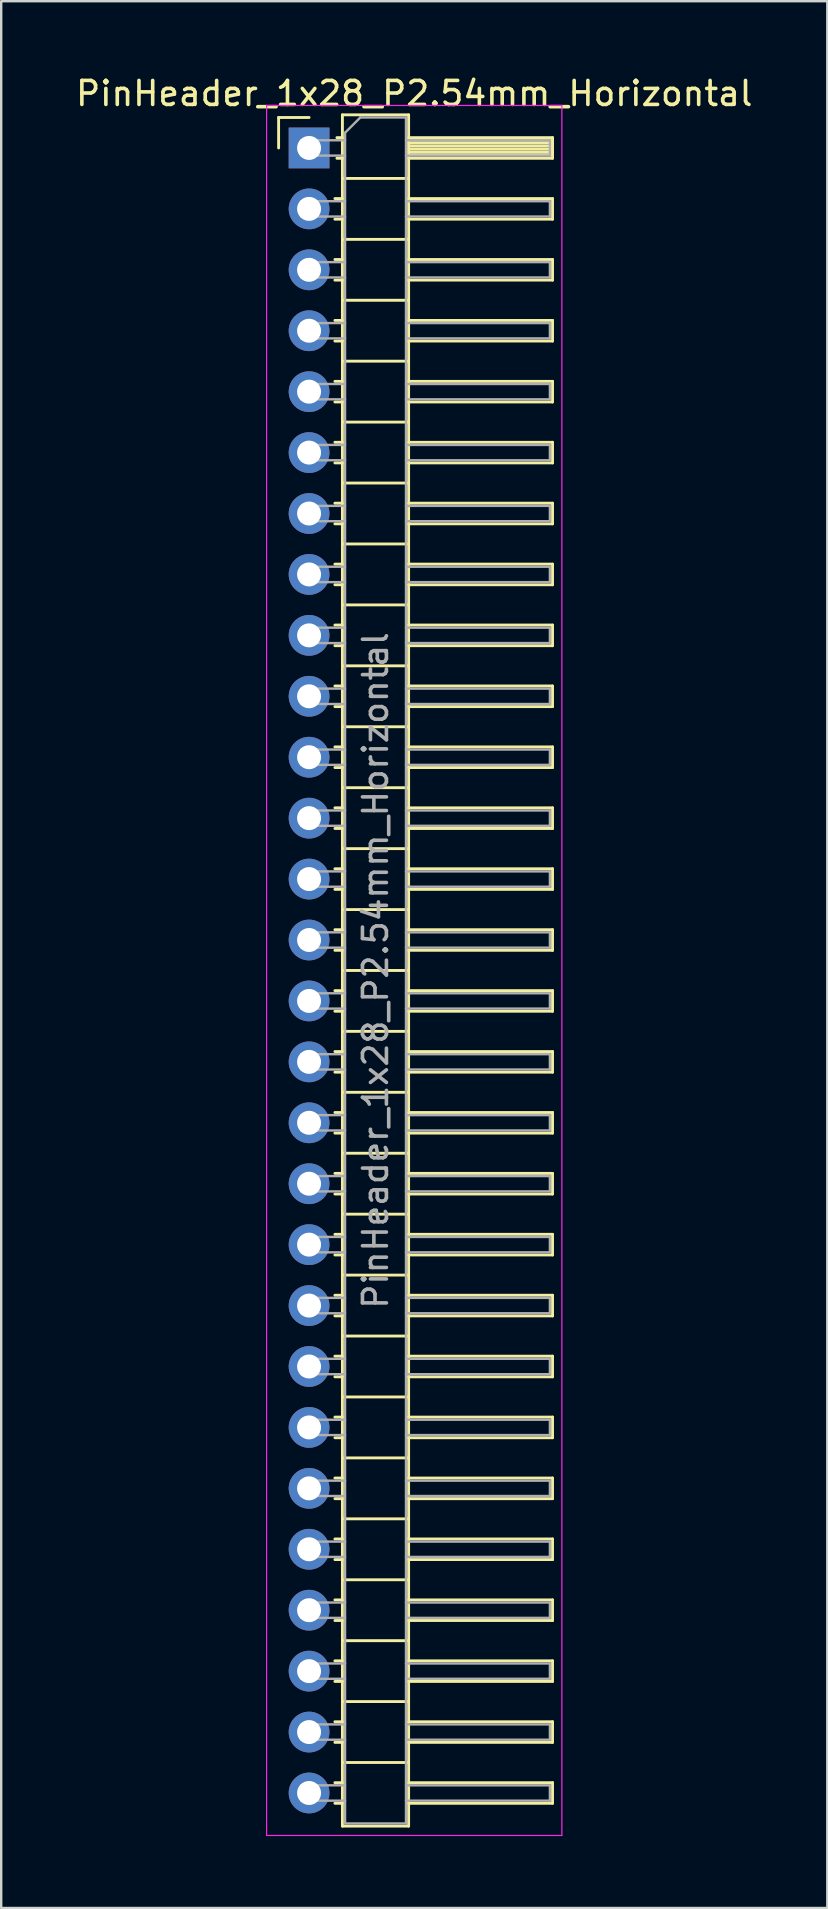
<source format=kicad_pcb>
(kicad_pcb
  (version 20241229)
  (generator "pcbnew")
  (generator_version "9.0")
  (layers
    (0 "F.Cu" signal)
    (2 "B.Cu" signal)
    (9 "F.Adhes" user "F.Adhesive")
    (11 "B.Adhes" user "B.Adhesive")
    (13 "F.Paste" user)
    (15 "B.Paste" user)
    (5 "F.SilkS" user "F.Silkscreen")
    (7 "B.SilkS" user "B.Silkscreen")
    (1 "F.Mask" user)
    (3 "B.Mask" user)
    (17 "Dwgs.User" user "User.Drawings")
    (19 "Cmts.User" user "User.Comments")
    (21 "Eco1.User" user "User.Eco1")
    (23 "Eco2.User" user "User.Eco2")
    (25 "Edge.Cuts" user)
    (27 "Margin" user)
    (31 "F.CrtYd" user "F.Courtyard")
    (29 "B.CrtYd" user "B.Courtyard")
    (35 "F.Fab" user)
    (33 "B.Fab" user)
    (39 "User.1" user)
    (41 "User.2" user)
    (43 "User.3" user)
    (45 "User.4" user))
  (footprint "PinHeader_1x28_P2.54mm_Horizontal"
    (layer "F.Cu")
    (at 9.835 3.118)
    (property "Reference" "PinHeader_1x28_P2.54mm_Horizontal" (at 4.385 -2.27 0) (layer "F.SilkS") (effects (font (size 1 1) (thickness 0.15))))
    (attr through_hole)
    (fp_line (start -1.27 -1.27) (end 0 -1.27) (stroke (width 0.12) (type solid)) (layer "F.SilkS"))
    (fp_line (start -1.27 0) (end -1.27 -1.27) (stroke (width 0.12) (type solid)) (layer "F.SilkS"))
    (fp_line (start 1.077 2.11) (end 1.39 2.11) (stroke (width 0.12) (type solid)) (layer "F.SilkS"))
    (fp_line (start 1.077 2.97) (end 1.39 2.97) (stroke (width 0.12) (type solid)) (layer "F.SilkS"))
    (fp_line (start 1.077 4.65) (end 1.39 4.65) (stroke (width 0.12) (type solid)) (layer "F.SilkS"))
    (fp_line (start 1.077 5.51) (end 1.39 5.51) (stroke (width 0.12) (type solid)) (layer "F.SilkS"))
    (fp_line (start 1.077 7.19) (end 1.39 7.19) (stroke (width 0.12) (type solid)) (layer "F.SilkS"))
    (fp_line (start 1.077 8.05) (end 1.39 8.05) (stroke (width 0.12) (type solid)) (layer "F.SilkS"))
    (fp_line (start 1.077 9.73) (end 1.39 9.73) (stroke (width 0.12) (type solid)) (layer "F.SilkS"))
    (fp_line (start 1.077 10.59) (end 1.39 10.59) (stroke (width 0.12) (type solid)) (layer "F.SilkS"))
    (fp_line (start 1.077 12.27) (end 1.39 12.27) (stroke (width 0.12) (type solid)) (layer "F.SilkS"))
    (fp_line (start 1.077 13.13) (end 1.39 13.13) (stroke (width 0.12) (type solid)) (layer "F.SilkS"))
    (fp_line (start 1.077 14.81) (end 1.39 14.81) (stroke (width 0.12) (type solid)) (layer "F.SilkS"))
    (fp_line (start 1.077 15.67) (end 1.39 15.67) (stroke (width 0.12) (type solid)) (layer "F.SilkS"))
    (fp_line (start 1.077 17.35) (end 1.39 17.35) (stroke (width 0.12) (type solid)) (layer "F.SilkS"))
    (fp_line (start 1.077 18.21) (end 1.39 18.21) (stroke (width 0.12) (type solid)) (layer "F.SilkS"))
    (fp_line (start 1.077 19.89) (end 1.39 19.89) (stroke (width 0.12) (type solid)) (layer "F.SilkS"))
    (fp_line (start 1.077 20.75) (end 1.39 20.75) (stroke (width 0.12) (type solid)) (layer "F.SilkS"))
    (fp_line (start 1.077 22.43) (end 1.39 22.43) (stroke (width 0.12) (type solid)) (layer "F.SilkS"))
    (fp_line (start 1.077 23.29) (end 1.39 23.29) (stroke (width 0.12) (type solid)) (layer "F.SilkS"))
    (fp_line (start 1.077 24.97) (end 1.39 24.97) (stroke (width 0.12) (type solid)) (layer "F.SilkS"))
    (fp_line (start 1.077 25.83) (end 1.39 25.83) (stroke (width 0.12) (type solid)) (layer "F.SilkS"))
    (fp_line (start 1.077 27.51) (end 1.39 27.51) (stroke (width 0.12) (type solid)) (layer "F.SilkS"))
    (fp_line (start 1.077 28.37) (end 1.39 28.37) (stroke (width 0.12) (type solid)) (layer "F.SilkS"))
    (fp_line (start 1.077 30.05) (end 1.39 30.05) (stroke (width 0.12) (type solid)) (layer "F.SilkS"))
    (fp_line (start 1.077 30.91) (end 1.39 30.91) (stroke (width 0.12) (type solid)) (layer "F.SilkS"))
    (fp_line (start 1.077 32.59) (end 1.39 32.59) (stroke (width 0.12) (type solid)) (layer "F.SilkS"))
    (fp_line (start 1.077 33.45) (end 1.39 33.45) (stroke (width 0.12) (type solid)) (layer "F.SilkS"))
    (fp_line (start 1.077 35.13) (end 1.39 35.13) (stroke (width 0.12) (type solid)) (layer "F.SilkS"))
    (fp_line (start 1.077 35.99) (end 1.39 35.99) (stroke (width 0.12) (type solid)) (layer "F.SilkS"))
    (fp_line (start 1.077 37.67) (end 1.39 37.67) (stroke (width 0.12) (type solid)) (layer "F.SilkS"))
    (fp_line (start 1.077 38.53) (end 1.39 38.53) (stroke (width 0.12) (type solid)) (layer "F.SilkS"))
    (fp_line (start 1.077 40.21) (end 1.39 40.21) (stroke (width 0.12) (type solid)) (layer "F.SilkS"))
    (fp_line (start 1.077 41.07) (end 1.39 41.07) (stroke (width 0.12) (type solid)) (layer "F.SilkS"))
    (fp_line (start 1.077 42.75) (end 1.39 42.75) (stroke (width 0.12) (type solid)) (layer "F.SilkS"))
    (fp_line (start 1.077 43.61) (end 1.39 43.61) (stroke (width 0.12) (type solid)) (layer "F.SilkS"))
    (fp_line (start 1.077 45.29) (end 1.39 45.29) (stroke (width 0.12) (type solid)) (layer "F.SilkS"))
    (fp_line (start 1.077 46.15) (end 1.39 46.15) (stroke (width 0.12) (type solid)) (layer "F.SilkS"))
    (fp_line (start 1.077 47.83) (end 1.39 47.83) (stroke (width 0.12) (type solid)) (layer "F.SilkS"))
    (fp_line (start 1.077 48.69) (end 1.39 48.69) (stroke (width 0.12) (type solid)) (layer "F.SilkS"))
    (fp_line (start 1.077 50.37) (end 1.39 50.37) (stroke (width 0.12) (type solid)) (layer "F.SilkS"))
    (fp_line (start 1.077 51.23) (end 1.39 51.23) (stroke (width 0.12) (type solid)) (layer "F.SilkS"))
    (fp_line (start 1.077 52.91) (end 1.39 52.91) (stroke (width 0.12) (type solid)) (layer "F.SilkS"))
    (fp_line (start 1.077 53.77) (end 1.39 53.77) (stroke (width 0.12) (type solid)) (layer "F.SilkS"))
    (fp_line (start 1.077 55.45) (end 1.39 55.45) (stroke (width 0.12) (type solid)) (layer "F.SilkS"))
    (fp_line (start 1.077 56.31) (end 1.39 56.31) (stroke (width 0.12) (type solid)) (layer "F.SilkS"))
    (fp_line (start 1.077 57.99) (end 1.39 57.99) (stroke (width 0.12) (type solid)) (layer "F.SilkS"))
    (fp_line (start 1.077 58.85) (end 1.39 58.85) (stroke (width 0.12) (type solid)) (layer "F.SilkS"))
    (fp_line (start 1.077 60.53) (end 1.39 60.53) (stroke (width 0.12) (type solid)) (layer "F.SilkS"))
    (fp_line (start 1.077 61.39) (end 1.39 61.39) (stroke (width 0.12) (type solid)) (layer "F.SilkS"))
    (fp_line (start 1.077 63.07) (end 1.39 63.07) (stroke (width 0.12) (type solid)) (layer "F.SilkS"))
    (fp_line (start 1.077 63.93) (end 1.39 63.93) (stroke (width 0.12) (type solid)) (layer "F.SilkS"))
    (fp_line (start 1.077 65.61) (end 1.39 65.61) (stroke (width 0.12) (type solid)) (layer "F.SilkS"))
    (fp_line (start 1.077 66.47) (end 1.39 66.47) (stroke (width 0.12) (type solid)) (layer "F.SilkS"))
    (fp_line (start 1.077 68.15) (end 1.39 68.15) (stroke (width 0.12) (type solid)) (layer "F.SilkS"))
    (fp_line (start 1.077 69.01) (end 1.39 69.01) (stroke (width 0.12) (type solid)) (layer "F.SilkS"))
    (fp_line (start 1.16 -0.43) (end 1.39 -0.43) (stroke (width 0.12) (type solid)) (layer "F.SilkS"))
    (fp_line (start 1.16 0.43) (end 1.39 0.43) (stroke (width 0.12) (type solid)) (layer "F.SilkS"))
    (fp_line (start 1.39 -1.38) (end 1.39 69.96) (stroke (width 0.12) (type solid)) (layer "F.SilkS"))
    (fp_line (start 1.39 1.27) (end 4.15 1.27) (stroke (width 0.12) (type solid)) (layer "F.SilkS"))
    (fp_line (start 1.39 3.81) (end 4.15 3.81) (stroke (width 0.12) (type solid)) (layer "F.SilkS"))
    (fp_line (start 1.39 6.35) (end 4.15 6.35) (stroke (width 0.12) (type solid)) (layer "F.SilkS"))
    (fp_line (start 1.39 8.89) (end 4.15 8.89) (stroke (width 0.12) (type solid)) (layer "F.SilkS"))
    (fp_line (start 1.39 11.43) (end 4.15 11.43) (stroke (width 0.12) (type solid)) (layer "F.SilkS"))
    (fp_line (start 1.39 13.97) (end 4.15 13.97) (stroke (width 0.12) (type solid)) (layer "F.SilkS"))
    (fp_line (start 1.39 16.51) (end 4.15 16.51) (stroke (width 0.12) (type solid)) (layer "F.SilkS"))
    (fp_line (start 1.39 19.05) (end 4.15 19.05) (stroke (width 0.12) (type solid)) (layer "F.SilkS"))
    (fp_line (start 1.39 21.59) (end 4.15 21.59) (stroke (width 0.12) (type solid)) (layer "F.SilkS"))
    (fp_line (start 1.39 24.13) (end 4.15 24.13) (stroke (width 0.12) (type solid)) (layer "F.SilkS"))
    (fp_line (start 1.39 26.67) (end 4.15 26.67) (stroke (width 0.12) (type solid)) (layer "F.SilkS"))
    (fp_line (start 1.39 29.21) (end 4.15 29.21) (stroke (width 0.12) (type solid)) (layer "F.SilkS"))
    (fp_line (start 1.39 31.75) (end 4.15 31.75) (stroke (width 0.12) (type solid)) (layer "F.SilkS"))
    (fp_line (start 1.39 34.29) (end 4.15 34.29) (stroke (width 0.12) (type solid)) (layer "F.SilkS"))
    (fp_line (start 1.39 36.83) (end 4.15 36.83) (stroke (width 0.12) (type solid)) (layer "F.SilkS"))
    (fp_line (start 1.39 39.37) (end 4.15 39.37) (stroke (width 0.12) (type solid)) (layer "F.SilkS"))
    (fp_line (start 1.39 41.91) (end 4.15 41.91) (stroke (width 0.12) (type solid)) (layer "F.SilkS"))
    (fp_line (start 1.39 44.45) (end 4.15 44.45) (stroke (width 0.12) (type solid)) (layer "F.SilkS"))
    (fp_line (start 1.39 46.99) (end 4.15 46.99) (stroke (width 0.12) (type solid)) (layer "F.SilkS"))
    (fp_line (start 1.39 49.53) (end 4.15 49.53) (stroke (width 0.12) (type solid)) (layer "F.SilkS"))
    (fp_line (start 1.39 52.07) (end 4.15 52.07) (stroke (width 0.12) (type solid)) (layer "F.SilkS"))
    (fp_line (start 1.39 54.61) (end 4.15 54.61) (stroke (width 0.12) (type solid)) (layer "F.SilkS"))
    (fp_line (start 1.39 57.15) (end 4.15 57.15) (stroke (width 0.12) (type solid)) (layer "F.SilkS"))
    (fp_line (start 1.39 59.69) (end 4.15 59.69) (stroke (width 0.12) (type solid)) (layer "F.SilkS"))
    (fp_line (start 1.39 62.23) (end 4.15 62.23) (stroke (width 0.12) (type solid)) (layer "F.SilkS"))
    (fp_line (start 1.39 64.77) (end 4.15 64.77) (stroke (width 0.12) (type solid)) (layer "F.SilkS"))
    (fp_line (start 1.39 67.31) (end 4.15 67.31) (stroke (width 0.12) (type solid)) (layer "F.SilkS"))
    (fp_line (start 1.39 69.96) (end 4.15 69.96) (stroke (width 0.12) (type solid)) (layer "F.SilkS"))
    (fp_line (start 4.15 -1.38) (end 1.39 -1.38) (stroke (width 0.12) (type solid)) (layer "F.SilkS"))
    (fp_line (start 4.15 -0.43) (end 10.15 -0.43) (stroke (width 0.12) (type solid)) (layer "F.SilkS"))
    (fp_line (start 4.15 -0.32) (end 10.15 -0.32) (stroke (width 0.12) (type solid)) (layer "F.SilkS"))
    (fp_line (start 4.15 -0.2) (end 10.15 -0.2) (stroke (width 0.12) (type solid)) (layer "F.SilkS"))
    (fp_line (start 4.15 -0.08) (end 10.15 -0.08) (stroke (width 0.12) (type solid)) (layer "F.SilkS"))
    (fp_line (start 4.15 0.04) (end 10.15 0.04) (stroke (width 0.12) (type solid)) (layer "F.SilkS"))
    (fp_line (start 4.15 0.16) (end 10.15 0.16) (stroke (width 0.12) (type solid)) (layer "F.SilkS"))
    (fp_line (start 4.15 0.28) (end 10.15 0.28) (stroke (width 0.12) (type solid)) (layer "F.SilkS"))
    (fp_line (start 4.15 2.11) (end 10.15 2.11) (stroke (width 0.12) (type solid)) (layer "F.SilkS"))
    (fp_line (start 4.15 4.65) (end 10.15 4.65) (stroke (width 0.12) (type solid)) (layer "F.SilkS"))
    (fp_line (start 4.15 7.19) (end 10.15 7.19) (stroke (width 0.12) (type solid)) (layer "F.SilkS"))
    (fp_line (start 4.15 9.73) (end 10.15 9.73) (stroke (width 0.12) (type solid)) (layer "F.SilkS"))
    (fp_line (start 4.15 12.27) (end 10.15 12.27) (stroke (width 0.12) (type solid)) (layer "F.SilkS"))
    (fp_line (start 4.15 14.81) (end 10.15 14.81) (stroke (width 0.12) (type solid)) (layer "F.SilkS"))
    (fp_line (start 4.15 17.35) (end 10.15 17.35) (stroke (width 0.12) (type solid)) (layer "F.SilkS"))
    (fp_line (start 4.15 19.89) (end 10.15 19.89) (stroke (width 0.12) (type solid)) (layer "F.SilkS"))
    (fp_line (start 4.15 22.43) (end 10.15 22.43) (stroke (width 0.12) (type solid)) (layer "F.SilkS"))
    (fp_line (start 4.15 24.97) (end 10.15 24.97) (stroke (width 0.12) (type solid)) (layer "F.SilkS"))
    (fp_line (start 4.15 27.51) (end 10.15 27.51) (stroke (width 0.12) (type solid)) (layer "F.SilkS"))
    (fp_line (start 4.15 30.05) (end 10.15 30.05) (stroke (width 0.12) (type solid)) (layer "F.SilkS"))
    (fp_line (start 4.15 32.59) (end 10.15 32.59) (stroke (width 0.12) (type solid)) (layer "F.SilkS"))
    (fp_line (start 4.15 35.13) (end 10.15 35.13) (stroke (width 0.12) (type solid)) (layer "F.SilkS"))
    (fp_line (start 4.15 37.67) (end 10.15 37.67) (stroke (width 0.12) (type solid)) (layer "F.SilkS"))
    (fp_line (start 4.15 40.21) (end 10.15 40.21) (stroke (width 0.12) (type solid)) (layer "F.SilkS"))
    (fp_line (start 4.15 42.75) (end 10.15 42.75) (stroke (width 0.12) (type solid)) (layer "F.SilkS"))
    (fp_line (start 4.15 45.29) (end 10.15 45.29) (stroke (width 0.12) (type solid)) (layer "F.SilkS"))
    (fp_line (start 4.15 47.83) (end 10.15 47.83) (stroke (width 0.12) (type solid)) (layer "F.SilkS"))
    (fp_line (start 4.15 50.37) (end 10.15 50.37) (stroke (width 0.12) (type solid)) (layer "F.SilkS"))
    (fp_line (start 4.15 52.91) (end 10.15 52.91) (stroke (width 0.12) (type solid)) (layer "F.SilkS"))
    (fp_line (start 4.15 55.45) (end 10.15 55.45) (stroke (width 0.12) (type solid)) (layer "F.SilkS"))
    (fp_line (start 4.15 57.99) (end 10.15 57.99) (stroke (width 0.12) (type solid)) (layer "F.SilkS"))
    (fp_line (start 4.15 60.53) (end 10.15 60.53) (stroke (width 0.12) (type solid)) (layer "F.SilkS"))
    (fp_line (start 4.15 63.07) (end 10.15 63.07) (stroke (width 0.12) (type solid)) (layer "F.SilkS"))
    (fp_line (start 4.15 65.61) (end 10.15 65.61) (stroke (width 0.12) (type solid)) (layer "F.SilkS"))
    (fp_line (start 4.15 68.15) (end 10.15 68.15) (stroke (width 0.12) (type solid)) (layer "F.SilkS"))
    (fp_line (start 4.15 69.96) (end 4.15 -1.38) (stroke (width 0.12) (type solid)) (layer "F.SilkS"))
    (fp_line (start 10.15 -0.43) (end 10.15 0.43) (stroke (width 0.12) (type solid)) (layer "F.SilkS"))
    (fp_line (start 10.15 0.43) (end 4.15 0.43) (stroke (width 0.12) (type solid)) (layer "F.SilkS"))
    (fp_line (start 10.15 2.11) (end 10.15 2.97) (stroke (width 0.12) (type solid)) (layer "F.SilkS"))
    (fp_line (start 10.15 2.97) (end 4.15 2.97) (stroke (width 0.12) (type solid)) (layer "F.SilkS"))
    (fp_line (start 10.15 4.65) (end 10.15 5.51) (stroke (width 0.12) (type solid)) (layer "F.SilkS"))
    (fp_line (start 10.15 5.51) (end 4.15 5.51) (stroke (width 0.12) (type solid)) (layer "F.SilkS"))
    (fp_line (start 10.15 7.19) (end 10.15 8.05) (stroke (width 0.12) (type solid)) (layer "F.SilkS"))
    (fp_line (start 10.15 8.05) (end 4.15 8.05) (stroke (width 0.12) (type solid)) (layer "F.SilkS"))
    (fp_line (start 10.15 9.73) (end 10.15 10.59) (stroke (width 0.12) (type solid)) (layer "F.SilkS"))
    (fp_line (start 10.15 10.59) (end 4.15 10.59) (stroke (width 0.12) (type solid)) (layer "F.SilkS"))
    (fp_line (start 10.15 12.27) (end 10.15 13.13) (stroke (width 0.12) (type solid)) (layer "F.SilkS"))
    (fp_line (start 10.15 13.13) (end 4.15 13.13) (stroke (width 0.12) (type solid)) (layer "F.SilkS"))
    (fp_line (start 10.15 14.81) (end 10.15 15.67) (stroke (width 0.12) (type solid)) (layer "F.SilkS"))
    (fp_line (start 10.15 15.67) (end 4.15 15.67) (stroke (width 0.12) (type solid)) (layer "F.SilkS"))
    (fp_line (start 10.15 17.35) (end 10.15 18.21) (stroke (width 0.12) (type solid)) (layer "F.SilkS"))
    (fp_line (start 10.15 18.21) (end 4.15 18.21) (stroke (width 0.12) (type solid)) (layer "F.SilkS"))
    (fp_line (start 10.15 19.89) (end 10.15 20.75) (stroke (width 0.12) (type solid)) (layer "F.SilkS"))
    (fp_line (start 10.15 20.75) (end 4.15 20.75) (stroke (width 0.12) (type solid)) (layer "F.SilkS"))
    (fp_line (start 10.15 22.43) (end 10.15 23.29) (stroke (width 0.12) (type solid)) (layer "F.SilkS"))
    (fp_line (start 10.15 23.29) (end 4.15 23.29) (stroke (width 0.12) (type solid)) (layer "F.SilkS"))
    (fp_line (start 10.15 24.97) (end 10.15 25.83) (stroke (width 0.12) (type solid)) (layer "F.SilkS"))
    (fp_line (start 10.15 25.83) (end 4.15 25.83) (stroke (width 0.12) (type solid)) (layer "F.SilkS"))
    (fp_line (start 10.15 27.51) (end 10.15 28.37) (stroke (width 0.12) (type solid)) (layer "F.SilkS"))
    (fp_line (start 10.15 28.37) (end 4.15 28.37) (stroke (width 0.12) (type solid)) (layer "F.SilkS"))
    (fp_line (start 10.15 30.05) (end 10.15 30.91) (stroke (width 0.12) (type solid)) (layer "F.SilkS"))
    (fp_line (start 10.15 30.91) (end 4.15 30.91) (stroke (width 0.12) (type solid)) (layer "F.SilkS"))
    (fp_line (start 10.15 32.59) (end 10.15 33.45) (stroke (width 0.12) (type solid)) (layer "F.SilkS"))
    (fp_line (start 10.15 33.45) (end 4.15 33.45) (stroke (width 0.12) (type solid)) (layer "F.SilkS"))
    (fp_line (start 10.15 35.13) (end 10.15 35.99) (stroke (width 0.12) (type solid)) (layer "F.SilkS"))
    (fp_line (start 10.15 35.99) (end 4.15 35.99) (stroke (width 0.12) (type solid)) (layer "F.SilkS"))
    (fp_line (start 10.15 37.67) (end 10.15 38.53) (stroke (width 0.12) (type solid)) (layer "F.SilkS"))
    (fp_line (start 10.15 38.53) (end 4.15 38.53) (stroke (width 0.12) (type solid)) (layer "F.SilkS"))
    (fp_line (start 10.15 40.21) (end 10.15 41.07) (stroke (width 0.12) (type solid)) (layer "F.SilkS"))
    (fp_line (start 10.15 41.07) (end 4.15 41.07) (stroke (width 0.12) (type solid)) (layer "F.SilkS"))
    (fp_line (start 10.15 42.75) (end 10.15 43.61) (stroke (width 0.12) (type solid)) (layer "F.SilkS"))
    (fp_line (start 10.15 43.61) (end 4.15 43.61) (stroke (width 0.12) (type solid)) (layer "F.SilkS"))
    (fp_line (start 10.15 45.29) (end 10.15 46.15) (stroke (width 0.12) (type solid)) (layer "F.SilkS"))
    (fp_line (start 10.15 46.15) (end 4.15 46.15) (stroke (width 0.12) (type solid)) (layer "F.SilkS"))
    (fp_line (start 10.15 47.83) (end 10.15 48.69) (stroke (width 0.12) (type solid)) (layer "F.SilkS"))
    (fp_line (start 10.15 48.69) (end 4.15 48.69) (stroke (width 0.12) (type solid)) (layer "F.SilkS"))
    (fp_line (start 10.15 50.37) (end 10.15 51.23) (stroke (width 0.12) (type solid)) (layer "F.SilkS"))
    (fp_line (start 10.15 51.23) (end 4.15 51.23) (stroke (width 0.12) (type solid)) (layer "F.SilkS"))
    (fp_line (start 10.15 52.91) (end 10.15 53.77) (stroke (width 0.12) (type solid)) (layer "F.SilkS"))
    (fp_line (start 10.15 53.77) (end 4.15 53.77) (stroke (width 0.12) (type solid)) (layer "F.SilkS"))
    (fp_line (start 10.15 55.45) (end 10.15 56.31) (stroke (width 0.12) (type solid)) (layer "F.SilkS"))
    (fp_line (start 10.15 56.31) (end 4.15 56.31) (stroke (width 0.12) (type solid)) (layer "F.SilkS"))
    (fp_line (start 10.15 57.99) (end 10.15 58.85) (stroke (width 0.12) (type solid)) (layer "F.SilkS"))
    (fp_line (start 10.15 58.85) (end 4.15 58.85) (stroke (width 0.12) (type solid)) (layer "F.SilkS"))
    (fp_line (start 10.15 60.53) (end 10.15 61.39) (stroke (width 0.12) (type solid)) (layer "F.SilkS"))
    (fp_line (start 10.15 61.39) (end 4.15 61.39) (stroke (width 0.12) (type solid)) (layer "F.SilkS"))
    (fp_line (start 10.15 63.07) (end 10.15 63.93) (stroke (width 0.12) (type solid)) (layer "F.SilkS"))
    (fp_line (start 10.15 63.93) (end 4.15 63.93) (stroke (width 0.12) (type solid)) (layer "F.SilkS"))
    (fp_line (start 10.15 65.61) (end 10.15 66.47) (stroke (width 0.12) (type solid)) (layer "F.SilkS"))
    (fp_line (start 10.15 66.47) (end 4.15 66.47) (stroke (width 0.12) (type solid)) (layer "F.SilkS"))
    (fp_line (start 10.15 68.15) (end 10.15 69.01) (stroke (width 0.12) (type solid)) (layer "F.SilkS"))
    (fp_line (start 10.15 69.01) (end 4.15 69.01) (stroke (width 0.12) (type solid)) (layer "F.SilkS"))
    (fp_line (start -1.77 -1.77) (end -1.77 70.35) (stroke (width 0.05) (type solid)) (layer "F.CrtYd"))
    (fp_line (start -1.77 70.35) (end 10.54 70.35) (stroke (width 0.05) (type solid)) (layer "F.CrtYd"))
    (fp_line (start 10.54 -1.77) (end -1.77 -1.77) (stroke (width 0.05) (type solid)) (layer "F.CrtYd"))
    (fp_line (start 10.54 70.35) (end 10.54 -1.77) (stroke (width 0.05) (type solid)) (layer "F.CrtYd"))
    (fp_line (start -0.32 -0.32) (end -0.32 0.32) (stroke (width 0.1) (type solid)) (layer "F.Fab"))
    (fp_line (start -0.32 -0.32) (end 1.5 -0.32) (stroke (width 0.1) (type solid)) (layer "F.Fab"))
    (fp_line (start -0.32 0.32) (end 1.5 0.32) (stroke (width 0.1) (type solid)) (layer "F.Fab"))
    (fp_line (start -0.32 2.22) (end -0.32 2.86) (stroke (width 0.1) (type solid)) (layer "F.Fab"))
    (fp_line (start -0.32 2.22) (end 1.5 2.22) (stroke (width 0.1) (type solid)) (layer "F.Fab"))
    (fp_line (start -0.32 2.86) (end 1.5 2.86) (stroke (width 0.1) (type solid)) (layer "F.Fab"))
    (fp_line (start -0.32 4.76) (end -0.32 5.4) (stroke (width 0.1) (type solid)) (layer "F.Fab"))
    (fp_line (start -0.32 4.76) (end 1.5 4.76) (stroke (width 0.1) (type solid)) (layer "F.Fab"))
    (fp_line (start -0.32 5.4) (end 1.5 5.4) (stroke (width 0.1) (type solid)) (layer "F.Fab"))
    (fp_line (start -0.32 7.3) (end -0.32 7.94) (stroke (width 0.1) (type solid)) (layer "F.Fab"))
    (fp_line (start -0.32 7.3) (end 1.5 7.3) (stroke (width 0.1) (type solid)) (layer "F.Fab"))
    (fp_line (start -0.32 7.94) (end 1.5 7.94) (stroke (width 0.1) (type solid)) (layer "F.Fab"))
    (fp_line (start -0.32 9.84) (end -0.32 10.48) (stroke (width 0.1) (type solid)) (layer "F.Fab"))
    (fp_line (start -0.32 9.84) (end 1.5 9.84) (stroke (width 0.1) (type solid)) (layer "F.Fab"))
    (fp_line (start -0.32 10.48) (end 1.5 10.48) (stroke (width 0.1) (type solid)) (layer "F.Fab"))
    (fp_line (start -0.32 12.38) (end -0.32 13.02) (stroke (width 0.1) (type solid)) (layer "F.Fab"))
    (fp_line (start -0.32 12.38) (end 1.5 12.38) (stroke (width 0.1) (type solid)) (layer "F.Fab"))
    (fp_line (start -0.32 13.02) (end 1.5 13.02) (stroke (width 0.1) (type solid)) (layer "F.Fab"))
    (fp_line (start -0.32 14.92) (end -0.32 15.56) (stroke (width 0.1) (type solid)) (layer "F.Fab"))
    (fp_line (start -0.32 14.92) (end 1.5 14.92) (stroke (width 0.1) (type solid)) (layer "F.Fab"))
    (fp_line (start -0.32 15.56) (end 1.5 15.56) (stroke (width 0.1) (type solid)) (layer "F.Fab"))
    (fp_line (start -0.32 17.46) (end -0.32 18.1) (stroke (width 0.1) (type solid)) (layer "F.Fab"))
    (fp_line (start -0.32 17.46) (end 1.5 17.46) (stroke (width 0.1) (type solid)) (layer "F.Fab"))
    (fp_line (start -0.32 18.1) (end 1.5 18.1) (stroke (width 0.1) (type solid)) (layer "F.Fab"))
    (fp_line (start -0.32 20) (end -0.32 20.64) (stroke (width 0.1) (type solid)) (layer "F.Fab"))
    (fp_line (start -0.32 20) (end 1.5 20) (stroke (width 0.1) (type solid)) (layer "F.Fab"))
    (fp_line (start -0.32 20.64) (end 1.5 20.64) (stroke (width 0.1) (type solid)) (layer "F.Fab"))
    (fp_line (start -0.32 22.54) (end -0.32 23.18) (stroke (width 0.1) (type solid)) (layer "F.Fab"))
    (fp_line (start -0.32 22.54) (end 1.5 22.54) (stroke (width 0.1) (type solid)) (layer "F.Fab"))
    (fp_line (start -0.32 23.18) (end 1.5 23.18) (stroke (width 0.1) (type solid)) (layer "F.Fab"))
    (fp_line (start -0.32 25.08) (end -0.32 25.72) (stroke (width 0.1) (type solid)) (layer "F.Fab"))
    (fp_line (start -0.32 25.08) (end 1.5 25.08) (stroke (width 0.1) (type solid)) (layer "F.Fab"))
    (fp_line (start -0.32 25.72) (end 1.5 25.72) (stroke (width 0.1) (type solid)) (layer "F.Fab"))
    (fp_line (start -0.32 27.62) (end -0.32 28.26) (stroke (width 0.1) (type solid)) (layer "F.Fab"))
    (fp_line (start -0.32 27.62) (end 1.5 27.62) (stroke (width 0.1) (type solid)) (layer "F.Fab"))
    (fp_line (start -0.32 28.26) (end 1.5 28.26) (stroke (width 0.1) (type solid)) (layer "F.Fab"))
    (fp_line (start -0.32 30.16) (end -0.32 30.8) (stroke (width 0.1) (type solid)) (layer "F.Fab"))
    (fp_line (start -0.32 30.16) (end 1.5 30.16) (stroke (width 0.1) (type solid)) (layer "F.Fab"))
    (fp_line (start -0.32 30.8) (end 1.5 30.8) (stroke (width 0.1) (type solid)) (layer "F.Fab"))
    (fp_line (start -0.32 32.7) (end -0.32 33.34) (stroke (width 0.1) (type solid)) (layer "F.Fab"))
    (fp_line (start -0.32 32.7) (end 1.5 32.7) (stroke (width 0.1) (type solid)) (layer "F.Fab"))
    (fp_line (start -0.32 33.34) (end 1.5 33.34) (stroke (width 0.1) (type solid)) (layer "F.Fab"))
    (fp_line (start -0.32 35.24) (end -0.32 35.88) (stroke (width 0.1) (type solid)) (layer "F.Fab"))
    (fp_line (start -0.32 35.24) (end 1.5 35.24) (stroke (width 0.1) (type solid)) (layer "F.Fab"))
    (fp_line (start -0.32 35.88) (end 1.5 35.88) (stroke (width 0.1) (type solid)) (layer "F.Fab"))
    (fp_line (start -0.32 37.78) (end -0.32 38.42) (stroke (width 0.1) (type solid)) (layer "F.Fab"))
    (fp_line (start -0.32 37.78) (end 1.5 37.78) (stroke (width 0.1) (type solid)) (layer "F.Fab"))
    (fp_line (start -0.32 38.42) (end 1.5 38.42) (stroke (width 0.1) (type solid)) (layer "F.Fab"))
    (fp_line (start -0.32 40.32) (end -0.32 40.96) (stroke (width 0.1) (type solid)) (layer "F.Fab"))
    (fp_line (start -0.32 40.32) (end 1.5 40.32) (stroke (width 0.1) (type solid)) (layer "F.Fab"))
    (fp_line (start -0.32 40.96) (end 1.5 40.96) (stroke (width 0.1) (type solid)) (layer "F.Fab"))
    (fp_line (start -0.32 42.86) (end -0.32 43.5) (stroke (width 0.1) (type solid)) (layer "F.Fab"))
    (fp_line (start -0.32 42.86) (end 1.5 42.86) (stroke (width 0.1) (type solid)) (layer "F.Fab"))
    (fp_line (start -0.32 43.5) (end 1.5 43.5) (stroke (width 0.1) (type solid)) (layer "F.Fab"))
    (fp_line (start -0.32 45.4) (end -0.32 46.04) (stroke (width 0.1) (type solid)) (layer "F.Fab"))
    (fp_line (start -0.32 45.4) (end 1.5 45.4) (stroke (width 0.1) (type solid)) (layer "F.Fab"))
    (fp_line (start -0.32 46.04) (end 1.5 46.04) (stroke (width 0.1) (type solid)) (layer "F.Fab"))
    (fp_line (start -0.32 47.94) (end -0.32 48.58) (stroke (width 0.1) (type solid)) (layer "F.Fab"))
    (fp_line (start -0.32 47.94) (end 1.5 47.94) (stroke (width 0.1) (type solid)) (layer "F.Fab"))
    (fp_line (start -0.32 48.58) (end 1.5 48.58) (stroke (width 0.1) (type solid)) (layer "F.Fab"))
    (fp_line (start -0.32 50.48) (end -0.32 51.12) (stroke (width 0.1) (type solid)) (layer "F.Fab"))
    (fp_line (start -0.32 50.48) (end 1.5 50.48) (stroke (width 0.1) (type solid)) (layer "F.Fab"))
    (fp_line (start -0.32 51.12) (end 1.5 51.12) (stroke (width 0.1) (type solid)) (layer "F.Fab"))
    (fp_line (start -0.32 53.02) (end -0.32 53.66) (stroke (width 0.1) (type solid)) (layer "F.Fab"))
    (fp_line (start -0.32 53.02) (end 1.5 53.02) (stroke (width 0.1) (type solid)) (layer "F.Fab"))
    (fp_line (start -0.32 53.66) (end 1.5 53.66) (stroke (width 0.1) (type solid)) (layer "F.Fab"))
    (fp_line (start -0.32 55.56) (end -0.32 56.2) (stroke (width 0.1) (type solid)) (layer "F.Fab"))
    (fp_line (start -0.32 55.56) (end 1.5 55.56) (stroke (width 0.1) (type solid)) (layer "F.Fab"))
    (fp_line (start -0.32 56.2) (end 1.5 56.2) (stroke (width 0.1) (type solid)) (layer "F.Fab"))
    (fp_line (start -0.32 58.1) (end -0.32 58.74) (stroke (width 0.1) (type solid)) (layer "F.Fab"))
    (fp_line (start -0.32 58.1) (end 1.5 58.1) (stroke (width 0.1) (type solid)) (layer "F.Fab"))
    (fp_line (start -0.32 58.74) (end 1.5 58.74) (stroke (width 0.1) (type solid)) (layer "F.Fab"))
    (fp_line (start -0.32 60.64) (end -0.32 61.28) (stroke (width 0.1) (type solid)) (layer "F.Fab"))
    (fp_line (start -0.32 60.64) (end 1.5 60.64) (stroke (width 0.1) (type solid)) (layer "F.Fab"))
    (fp_line (start -0.32 61.28) (end 1.5 61.28) (stroke (width 0.1) (type solid)) (layer "F.Fab"))
    (fp_line (start -0.32 63.18) (end -0.32 63.82) (stroke (width 0.1) (type solid)) (layer "F.Fab"))
    (fp_line (start -0.32 63.18) (end 1.5 63.18) (stroke (width 0.1) (type solid)) (layer "F.Fab"))
    (fp_line (start -0.32 63.82) (end 1.5 63.82) (stroke (width 0.1) (type solid)) (layer "F.Fab"))
    (fp_line (start -0.32 65.72) (end -0.32 66.36) (stroke (width 0.1) (type solid)) (layer "F.Fab"))
    (fp_line (start -0.32 65.72) (end 1.5 65.72) (stroke (width 0.1) (type solid)) (layer "F.Fab"))
    (fp_line (start -0.32 66.36) (end 1.5 66.36) (stroke (width 0.1) (type solid)) (layer "F.Fab"))
    (fp_line (start -0.32 68.26) (end -0.32 68.9) (stroke (width 0.1) (type solid)) (layer "F.Fab"))
    (fp_line (start -0.32 68.26) (end 1.5 68.26) (stroke (width 0.1) (type solid)) (layer "F.Fab"))
    (fp_line (start -0.32 68.9) (end 1.5 68.9) (stroke (width 0.1) (type solid)) (layer "F.Fab"))
    (fp_line (start 1.5 -0.635) (end 2.135 -1.27) (stroke (width 0.1) (type solid)) (layer "F.Fab"))
    (fp_line (start 1.5 69.85) (end 1.5 -0.635) (stroke (width 0.1) (type solid)) (layer "F.Fab"))
    (fp_line (start 2.135 -1.27) (end 4.04 -1.27) (stroke (width 0.1) (type solid)) (layer "F.Fab"))
    (fp_line (start 4.04 -1.27) (end 4.04 69.85) (stroke (width 0.1) (type solid)) (layer "F.Fab"))
    (fp_line (start 4.04 -0.32) (end 10.04 -0.32) (stroke (width 0.1) (type solid)) (layer "F.Fab"))
    (fp_line (start 4.04 0.32) (end 10.04 0.32) (stroke (width 0.1) (type solid)) (layer "F.Fab"))
    (fp_line (start 4.04 2.22) (end 10.04 2.22) (stroke (width 0.1) (type solid)) (layer "F.Fab"))
    (fp_line (start 4.04 2.86) (end 10.04 2.86) (stroke (width 0.1) (type solid)) (layer "F.Fab"))
    (fp_line (start 4.04 4.76) (end 10.04 4.76) (stroke (width 0.1) (type solid)) (layer "F.Fab"))
    (fp_line (start 4.04 5.4) (end 10.04 5.4) (stroke (width 0.1) (type solid)) (layer "F.Fab"))
    (fp_line (start 4.04 7.3) (end 10.04 7.3) (stroke (width 0.1) (type solid)) (layer "F.Fab"))
    (fp_line (start 4.04 7.94) (end 10.04 7.94) (stroke (width 0.1) (type solid)) (layer "F.Fab"))
    (fp_line (start 4.04 9.84) (end 10.04 9.84) (stroke (width 0.1) (type solid)) (layer "F.Fab"))
    (fp_line (start 4.04 10.48) (end 10.04 10.48) (stroke (width 0.1) (type solid)) (layer "F.Fab"))
    (fp_line (start 4.04 12.38) (end 10.04 12.38) (stroke (width 0.1) (type solid)) (layer "F.Fab"))
    (fp_line (start 4.04 13.02) (end 10.04 13.02) (stroke (width 0.1) (type solid)) (layer "F.Fab"))
    (fp_line (start 4.04 14.92) (end 10.04 14.92) (stroke (width 0.1) (type solid)) (layer "F.Fab"))
    (fp_line (start 4.04 15.56) (end 10.04 15.56) (stroke (width 0.1) (type solid)) (layer "F.Fab"))
    (fp_line (start 4.04 17.46) (end 10.04 17.46) (stroke (width 0.1) (type solid)) (layer "F.Fab"))
    (fp_line (start 4.04 18.1) (end 10.04 18.1) (stroke (width 0.1) (type solid)) (layer "F.Fab"))
    (fp_line (start 4.04 20) (end 10.04 20) (stroke (width 0.1) (type solid)) (layer "F.Fab"))
    (fp_line (start 4.04 20.64) (end 10.04 20.64) (stroke (width 0.1) (type solid)) (layer "F.Fab"))
    (fp_line (start 4.04 22.54) (end 10.04 22.54) (stroke (width 0.1) (type solid)) (layer "F.Fab"))
    (fp_line (start 4.04 23.18) (end 10.04 23.18) (stroke (width 0.1) (type solid)) (layer "F.Fab"))
    (fp_line (start 4.04 25.08) (end 10.04 25.08) (stroke (width 0.1) (type solid)) (layer "F.Fab"))
    (fp_line (start 4.04 25.72) (end 10.04 25.72) (stroke (width 0.1) (type solid)) (layer "F.Fab"))
    (fp_line (start 4.04 27.62) (end 10.04 27.62) (stroke (width 0.1) (type solid)) (layer "F.Fab"))
    (fp_line (start 4.04 28.26) (end 10.04 28.26) (stroke (width 0.1) (type solid)) (layer "F.Fab"))
    (fp_line (start 4.04 30.16) (end 10.04 30.16) (stroke (width 0.1) (type solid)) (layer "F.Fab"))
    (fp_line (start 4.04 30.8) (end 10.04 30.8) (stroke (width 0.1) (type solid)) (layer "F.Fab"))
    (fp_line (start 4.04 32.7) (end 10.04 32.7) (stroke (width 0.1) (type solid)) (layer "F.Fab"))
    (fp_line (start 4.04 33.34) (end 10.04 33.34) (stroke (width 0.1) (type solid)) (layer "F.Fab"))
    (fp_line (start 4.04 35.24) (end 10.04 35.24) (stroke (width 0.1) (type solid)) (layer "F.Fab"))
    (fp_line (start 4.04 35.88) (end 10.04 35.88) (stroke (width 0.1) (type solid)) (layer "F.Fab"))
    (fp_line (start 4.04 37.78) (end 10.04 37.78) (stroke (width 0.1) (type solid)) (layer "F.Fab"))
    (fp_line (start 4.04 38.42) (end 10.04 38.42) (stroke (width 0.1) (type solid)) (layer "F.Fab"))
    (fp_line (start 4.04 40.32) (end 10.04 40.32) (stroke (width 0.1) (type solid)) (layer "F.Fab"))
    (fp_line (start 4.04 40.96) (end 10.04 40.96) (stroke (width 0.1) (type solid)) (layer "F.Fab"))
    (fp_line (start 4.04 42.86) (end 10.04 42.86) (stroke (width 0.1) (type solid)) (layer "F.Fab"))
    (fp_line (start 4.04 43.5) (end 10.04 43.5) (stroke (width 0.1) (type solid)) (layer "F.Fab"))
    (fp_line (start 4.04 45.4) (end 10.04 45.4) (stroke (width 0.1) (type solid)) (layer "F.Fab"))
    (fp_line (start 4.04 46.04) (end 10.04 46.04) (stroke (width 0.1) (type solid)) (layer "F.Fab"))
    (fp_line (start 4.04 47.94) (end 10.04 47.94) (stroke (width 0.1) (type solid)) (layer "F.Fab"))
    (fp_line (start 4.04 48.58) (end 10.04 48.58) (stroke (width 0.1) (type solid)) (layer "F.Fab"))
    (fp_line (start 4.04 50.48) (end 10.04 50.48) (stroke (width 0.1) (type solid)) (layer "F.Fab"))
    (fp_line (start 4.04 51.12) (end 10.04 51.12) (stroke (width 0.1) (type solid)) (layer "F.Fab"))
    (fp_line (start 4.04 53.02) (end 10.04 53.02) (stroke (width 0.1) (type solid)) (layer "F.Fab"))
    (fp_line (start 4.04 53.66) (end 10.04 53.66) (stroke (width 0.1) (type solid)) (layer "F.Fab"))
    (fp_line (start 4.04 55.56) (end 10.04 55.56) (stroke (width 0.1) (type solid)) (layer "F.Fab"))
    (fp_line (start 4.04 56.2) (end 10.04 56.2) (stroke (width 0.1) (type solid)) (layer "F.Fab"))
    (fp_line (start 4.04 58.1) (end 10.04 58.1) (stroke (width 0.1) (type solid)) (layer "F.Fab"))
    (fp_line (start 4.04 58.74) (end 10.04 58.74) (stroke (width 0.1) (type solid)) (layer "F.Fab"))
    (fp_line (start 4.04 60.64) (end 10.04 60.64) (stroke (width 0.1) (type solid)) (layer "F.Fab"))
    (fp_line (start 4.04 61.28) (end 10.04 61.28) (stroke (width 0.1) (type solid)) (layer "F.Fab"))
    (fp_line (start 4.04 63.18) (end 10.04 63.18) (stroke (width 0.1) (type solid)) (layer "F.Fab"))
    (fp_line (start 4.04 63.82) (end 10.04 63.82) (stroke (width 0.1) (type solid)) (layer "F.Fab"))
    (fp_line (start 4.04 65.72) (end 10.04 65.72) (stroke (width 0.1) (type solid)) (layer "F.Fab"))
    (fp_line (start 4.04 66.36) (end 10.04 66.36) (stroke (width 0.1) (type solid)) (layer "F.Fab"))
    (fp_line (start 4.04 68.26) (end 10.04 68.26) (stroke (width 0.1) (type solid)) (layer "F.Fab"))
    (fp_line (start 4.04 68.9) (end 10.04 68.9) (stroke (width 0.1) (type solid)) (layer "F.Fab"))
    (fp_line (start 4.04 69.85) (end 1.5 69.85) (stroke (width 0.1) (type solid)) (layer "F.Fab"))
    (fp_line (start 10.04 -0.32) (end 10.04 0.32) (stroke (width 0.1) (type solid)) (layer "F.Fab"))
    (fp_line (start 10.04 2.22) (end 10.04 2.86) (stroke (width 0.1) (type solid)) (layer "F.Fab"))
    (fp_line (start 10.04 4.76) (end 10.04 5.4) (stroke (width 0.1) (type solid)) (layer "F.Fab"))
    (fp_line (start 10.04 7.3) (end 10.04 7.94) (stroke (width 0.1) (type solid)) (layer "F.Fab"))
    (fp_line (start 10.04 9.84) (end 10.04 10.48) (stroke (width 0.1) (type solid)) (layer "F.Fab"))
    (fp_line (start 10.04 12.38) (end 10.04 13.02) (stroke (width 0.1) (type solid)) (layer "F.Fab"))
    (fp_line (start 10.04 14.92) (end 10.04 15.56) (stroke (width 0.1) (type solid)) (layer "F.Fab"))
    (fp_line (start 10.04 17.46) (end 10.04 18.1) (stroke (width 0.1) (type solid)) (layer "F.Fab"))
    (fp_line (start 10.04 20) (end 10.04 20.64) (stroke (width 0.1) (type solid)) (layer "F.Fab"))
    (fp_line (start 10.04 22.54) (end 10.04 23.18) (stroke (width 0.1) (type solid)) (layer "F.Fab"))
    (fp_line (start 10.04 25.08) (end 10.04 25.72) (stroke (width 0.1) (type solid)) (layer "F.Fab"))
    (fp_line (start 10.04 27.62) (end 10.04 28.26) (stroke (width 0.1) (type solid)) (layer "F.Fab"))
    (fp_line (start 10.04 30.16) (end 10.04 30.8) (stroke (width 0.1) (type solid)) (layer "F.Fab"))
    (fp_line (start 10.04 32.7) (end 10.04 33.34) (stroke (width 0.1) (type solid)) (layer "F.Fab"))
    (fp_line (start 10.04 35.24) (end 10.04 35.88) (stroke (width 0.1) (type solid)) (layer "F.Fab"))
    (fp_line (start 10.04 37.78) (end 10.04 38.42) (stroke (width 0.1) (type solid)) (layer "F.Fab"))
    (fp_line (start 10.04 40.32) (end 10.04 40.96) (stroke (width 0.1) (type solid)) (layer "F.Fab"))
    (fp_line (start 10.04 42.86) (end 10.04 43.5) (stroke (width 0.1) (type solid)) (layer "F.Fab"))
    (fp_line (start 10.04 45.4) (end 10.04 46.04) (stroke (width 0.1) (type solid)) (layer "F.Fab"))
    (fp_line (start 10.04 47.94) (end 10.04 48.58) (stroke (width 0.1) (type solid)) (layer "F.Fab"))
    (fp_line (start 10.04 50.48) (end 10.04 51.12) (stroke (width 0.1) (type solid)) (layer "F.Fab"))
    (fp_line (start 10.04 53.02) (end 10.04 53.66) (stroke (width 0.1) (type solid)) (layer "F.Fab"))
    (fp_line (start 10.04 55.56) (end 10.04 56.2) (stroke (width 0.1) (type solid)) (layer "F.Fab"))
    (fp_line (start 10.04 58.1) (end 10.04 58.74) (stroke (width 0.1) (type solid)) (layer "F.Fab"))
    (fp_line (start 10.04 60.64) (end 10.04 61.28) (stroke (width 0.1) (type solid)) (layer "F.Fab"))
    (fp_line (start 10.04 63.18) (end 10.04 63.82) (stroke (width 0.1) (type solid)) (layer "F.Fab"))
    (fp_line (start 10.04 65.72) (end 10.04 66.36) (stroke (width 0.1) (type solid)) (layer "F.Fab"))
    (fp_line (start 10.04 68.26) (end 10.04 68.9) (stroke (width 0.1) (type solid)) (layer "F.Fab"))
    (fp_text user "${REFERENCE}" (at 2.77 34.29 90) (layer "F.Fab") (effects (font (size 1 1) (thickness 0.15))))
    (pad "1" thru_hole rect (at 0 0) (size 1.7 1.7) (drill 1) (layers "*.Cu" "*.Mask"))
    (pad "2" thru_hole circle (at 0 2.54) (size 1.7 1.7) (drill 1) (layers "*.Cu" "*.Mask"))
    (pad "3" thru_hole circle (at 0 5.08) (size 1.7 1.7) (drill 1) (layers "*.Cu" "*.Mask"))
    (pad "4" thru_hole circle (at 0 7.62) (size 1.7 1.7) (drill 1) (layers "*.Cu" "*.Mask"))
    (pad "5" thru_hole circle (at 0 10.16) (size 1.7 1.7) (drill 1) (layers "*.Cu" "*.Mask"))
    (pad "6" thru_hole circle (at 0 12.7) (size 1.7 1.7) (drill 1) (layers "*.Cu" "*.Mask"))
    (pad "7" thru_hole circle (at 0 15.24) (size 1.7 1.7) (drill 1) (layers "*.Cu" "*.Mask"))
    (pad "8" thru_hole circle (at 0 17.78) (size 1.7 1.7) (drill 1) (layers "*.Cu" "*.Mask"))
    (pad "9" thru_hole circle (at 0 20.32) (size 1.7 1.7) (drill 1) (layers "*.Cu" "*.Mask"))
    (pad "10" thru_hole circle (at 0 22.86) (size 1.7 1.7) (drill 1) (layers "*.Cu" "*.Mask"))
    (pad "11" thru_hole circle (at 0 25.4) (size 1.7 1.7) (drill 1) (layers "*.Cu" "*.Mask"))
    (pad "12" thru_hole circle (at 0 27.94) (size 1.7 1.7) (drill 1) (layers "*.Cu" "*.Mask"))
    (pad "13" thru_hole circle (at 0 30.48) (size 1.7 1.7) (drill 1) (layers "*.Cu" "*.Mask"))
    (pad "14" thru_hole circle (at 0 33.02) (size 1.7 1.7) (drill 1) (layers "*.Cu" "*.Mask"))
    (pad "15" thru_hole circle (at 0 35.56) (size 1.7 1.7) (drill 1) (layers "*.Cu" "*.Mask"))
    (pad "16" thru_hole circle (at 0 38.1) (size 1.7 1.7) (drill 1) (layers "*.Cu" "*.Mask"))
    (pad "17" thru_hole circle (at 0 40.64) (size 1.7 1.7) (drill 1) (layers "*.Cu" "*.Mask"))
    (pad "18" thru_hole circle (at 0 43.18) (size 1.7 1.7) (drill 1) (layers "*.Cu" "*.Mask"))
    (pad "19" thru_hole circle (at 0 45.72) (size 1.7 1.7) (drill 1) (layers "*.Cu" "*.Mask"))
    (pad "20" thru_hole circle (at 0 48.26) (size 1.7 1.7) (drill 1) (layers "*.Cu" "*.Mask"))
    (pad "21" thru_hole circle (at 0 50.8) (size 1.7 1.7) (drill 1) (layers "*.Cu" "*.Mask"))
    (pad "22" thru_hole circle (at 0 53.34) (size 1.7 1.7) (drill 1) (layers "*.Cu" "*.Mask"))
    (pad "23" thru_hole circle (at 0 55.88) (size 1.7 1.7) (drill 1) (layers "*.Cu" "*.Mask"))
    (pad "24" thru_hole circle (at 0 58.42) (size 1.7 1.7) (drill 1) (layers "*.Cu" "*.Mask"))
    (pad "25" thru_hole circle (at 0 60.96) (size 1.7 1.7) (drill 1) (layers "*.Cu" "*.Mask"))
    (pad "26" thru_hole circle (at 0 63.5) (size 1.7 1.7) (drill 1) (layers "*.Cu" "*.Mask"))
    (pad "27" thru_hole circle (at 0 66.04) (size 1.7 1.7) (drill 1) (layers "*.Cu" "*.Mask"))
    (pad "28" thru_hole circle (at 0 68.58) (size 1.7 1.7) (drill 1) (layers "*.Cu" "*.Mask")))
  (gr_rect
    (start -3 -3)
    (end 31.44 76.493)
    (stroke (width 0.1) (type default))
    (fill no)
    (layer "Edge.Cuts")))
</source>
